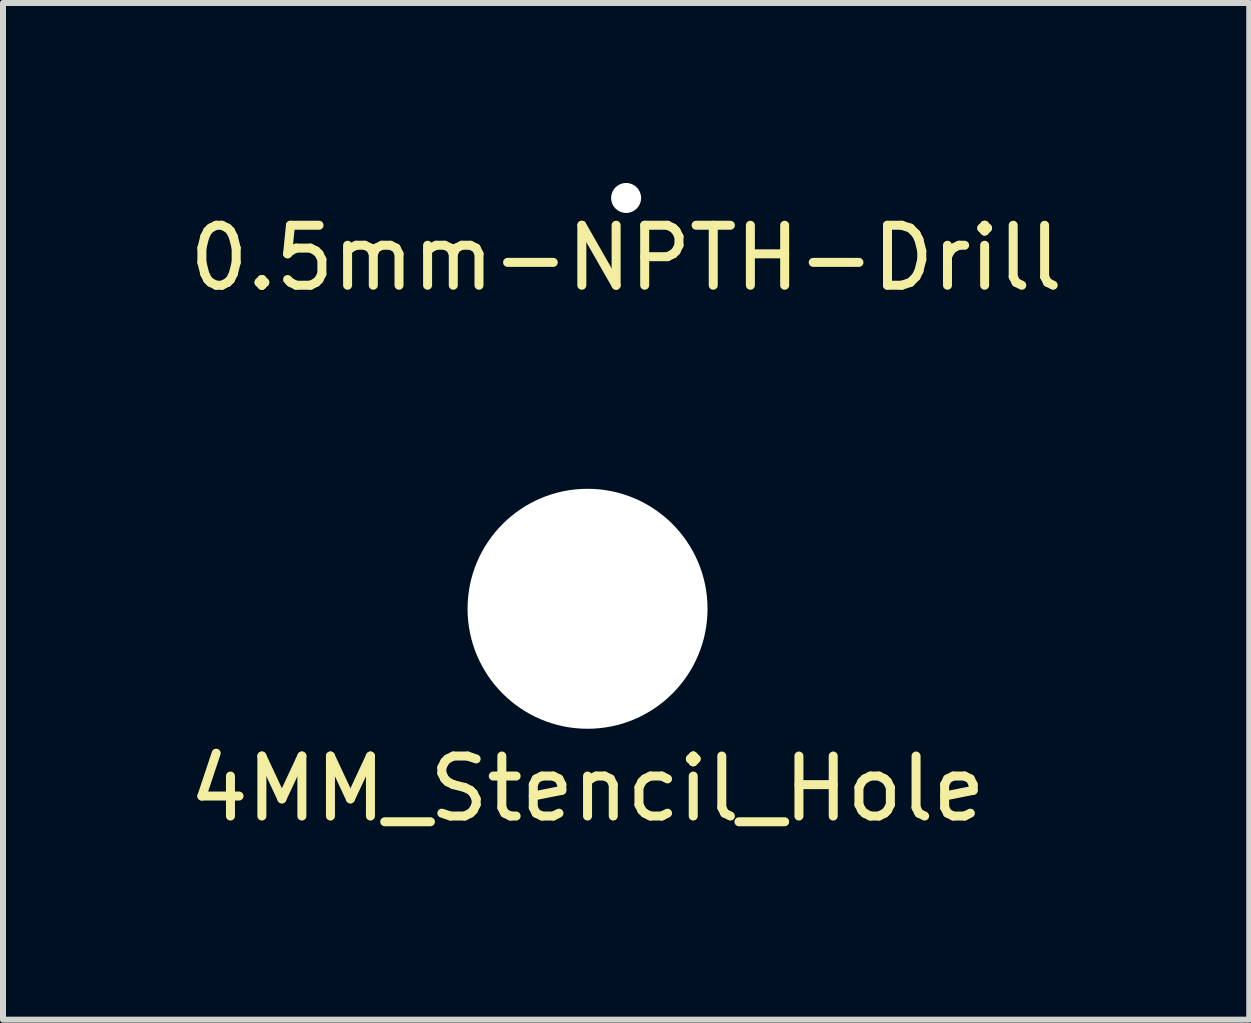
<source format=kicad_pcb>
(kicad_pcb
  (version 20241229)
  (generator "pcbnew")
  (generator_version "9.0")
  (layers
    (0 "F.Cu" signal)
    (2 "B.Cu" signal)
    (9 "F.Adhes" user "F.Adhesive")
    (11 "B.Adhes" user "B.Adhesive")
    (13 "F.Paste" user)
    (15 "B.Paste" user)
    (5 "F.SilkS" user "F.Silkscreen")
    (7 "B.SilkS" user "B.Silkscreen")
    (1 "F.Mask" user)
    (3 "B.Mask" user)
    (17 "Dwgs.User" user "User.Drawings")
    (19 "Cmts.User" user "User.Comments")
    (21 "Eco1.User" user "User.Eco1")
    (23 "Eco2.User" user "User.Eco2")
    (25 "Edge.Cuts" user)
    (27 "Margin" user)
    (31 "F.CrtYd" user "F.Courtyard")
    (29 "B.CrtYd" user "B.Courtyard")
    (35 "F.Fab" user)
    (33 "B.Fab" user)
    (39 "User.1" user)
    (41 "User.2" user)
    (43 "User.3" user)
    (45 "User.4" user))
  (footprint "4MM_Stencil_Hole"
    (layer "F.Cu")
    (at 6.744 7.098)
    (property "Reference" "4MM_Stencil_Hole" (at 0 3 0) (layer "F.SilkS") (effects (font (size 1 1) (thickness 0.15))))
    (attr through_hole)
    (pad "" np_thru_hole circle (at 0 0) (size 4 4) (drill 4) (layers "*.Cu" "*.Paste" "*.Mask")))
  (footprint "0.5mm-NPTH-Drill"
    (layer "F.Cu")
    (at 7.387 0.25)
    (property "Reference" "0.5mm-NPTH-Drill" (at 0 1 0) (layer "F.SilkS") (effects (font (size 1 1) (thickness 0.15))))
    (attr through_hole)
    (pad "" np_thru_hole circle (at 0 0) (size 0.5 0.5) (drill 0.5) (layers "*.Cu" "*.Mask")))
  (gr_rect
    (start -3 -3)
    (end 17.774 13.947)
    (stroke (width 0.1) (type default))
    (fill no)
    (layer "Edge.Cuts")))
</source>
